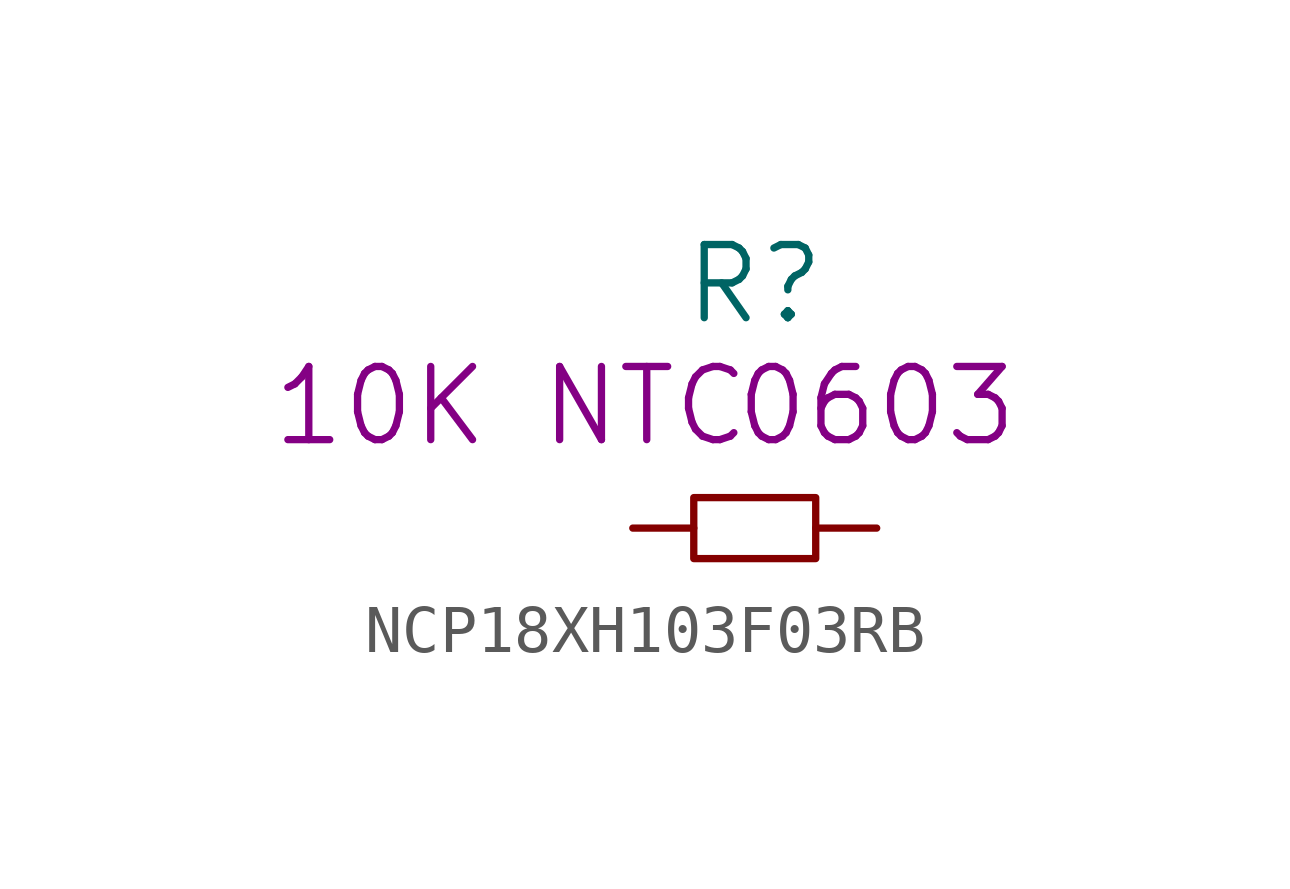
<source format=kicad_sym>
(kicad_symbol_lib
  (version 20220914)
  (generator kicad_symbol_editor)
  (symbol "NCP18XH103F03RB"
    (pin_numbers hide)
    (pin_names
      (offset 1.016) hide)
    (property "Reference" "R"
      (at 0 5.08 0)
      (effects (font (size 1.524 1.524))))
    (property "Size" "0603"
      (at 2.54 2.54 0)
      (effects (font (size 1.524 1.524))))
    (property "Value2" "10K NTC"
      (at -5.08 2.54 0)
      (effects (font (size 1.524 1.524))))
    (symbol "NCP18XH103F03RB_0_1"
      (rectangle (start -1.27 0.635) (end 1.27 -0.635) (stroke (width 0) (type solid)) (fill (type none))))
    (symbol "NCP18XH103F03RB_1_1"
      (pin passive line (at -2.54 0 0) (length 1.27) (name "1" (effects (font (size 1.27 1.27)))) (number "1" (effects (font (size 1.27 1.27)))))
      (pin passive line (at 2.54 0 180) (length 1.27) (name "2" (effects (font (size 1.27 1.27)))) (number "2" (effects (font (size 1.27 1.27))))))))
</source>
